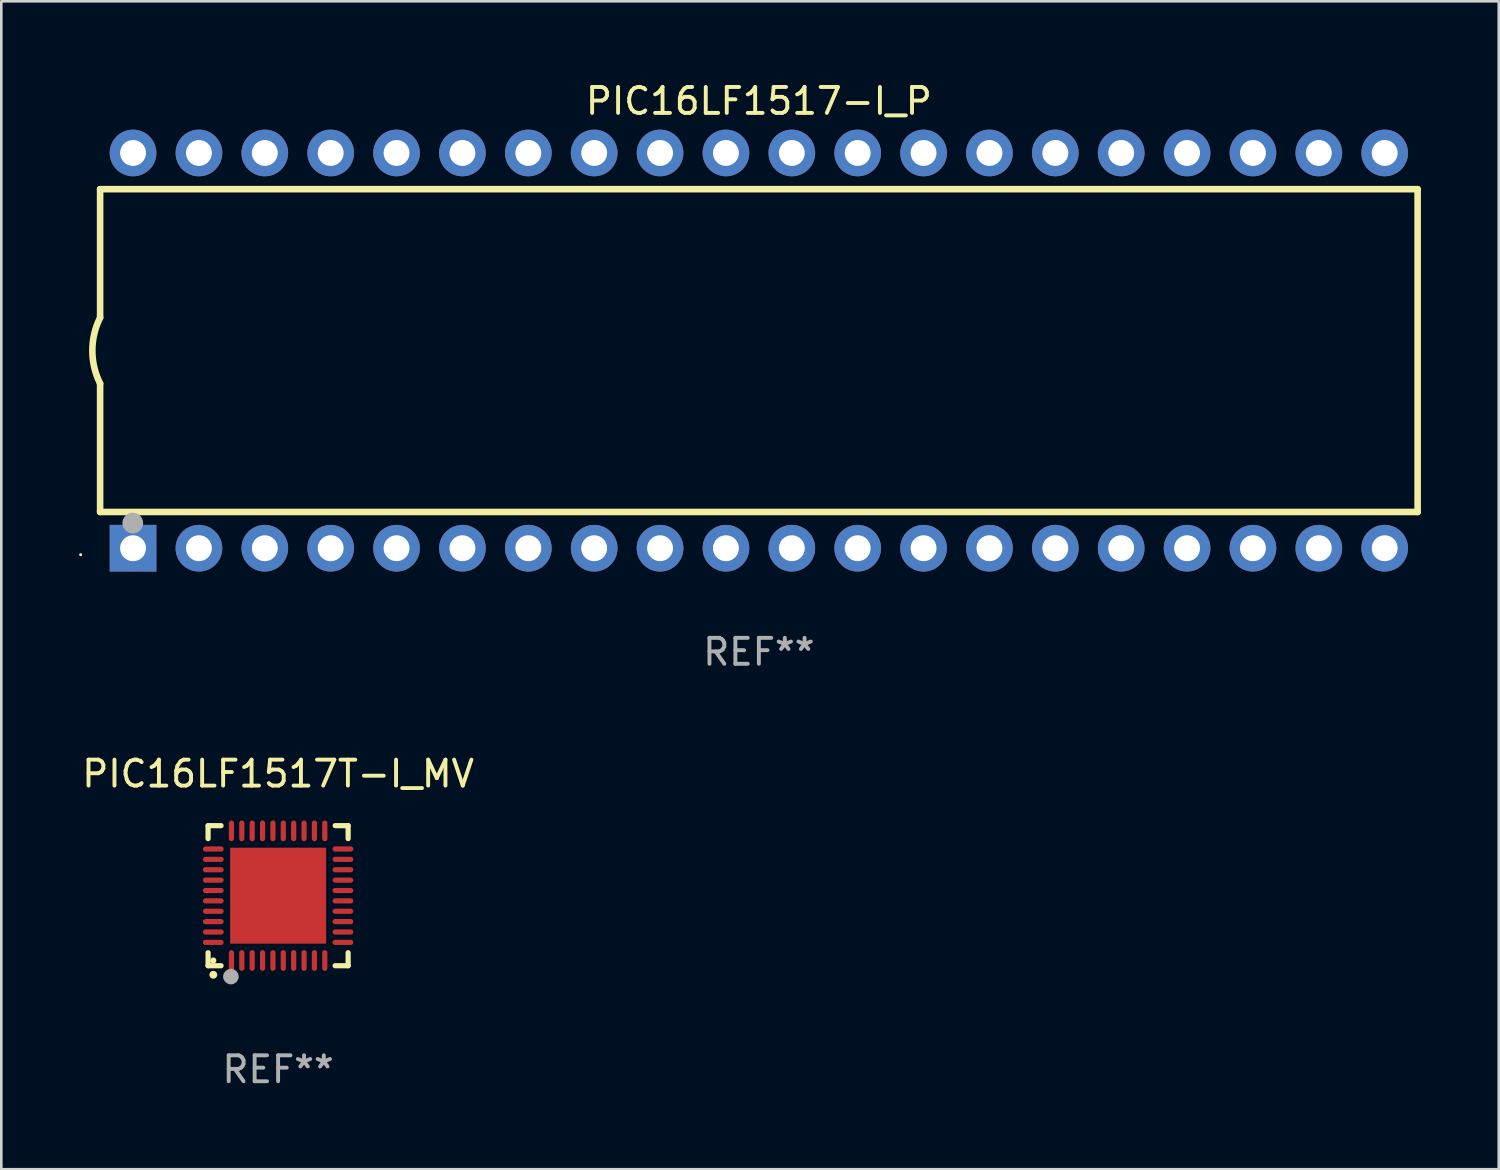
<source format=kicad_pcb>
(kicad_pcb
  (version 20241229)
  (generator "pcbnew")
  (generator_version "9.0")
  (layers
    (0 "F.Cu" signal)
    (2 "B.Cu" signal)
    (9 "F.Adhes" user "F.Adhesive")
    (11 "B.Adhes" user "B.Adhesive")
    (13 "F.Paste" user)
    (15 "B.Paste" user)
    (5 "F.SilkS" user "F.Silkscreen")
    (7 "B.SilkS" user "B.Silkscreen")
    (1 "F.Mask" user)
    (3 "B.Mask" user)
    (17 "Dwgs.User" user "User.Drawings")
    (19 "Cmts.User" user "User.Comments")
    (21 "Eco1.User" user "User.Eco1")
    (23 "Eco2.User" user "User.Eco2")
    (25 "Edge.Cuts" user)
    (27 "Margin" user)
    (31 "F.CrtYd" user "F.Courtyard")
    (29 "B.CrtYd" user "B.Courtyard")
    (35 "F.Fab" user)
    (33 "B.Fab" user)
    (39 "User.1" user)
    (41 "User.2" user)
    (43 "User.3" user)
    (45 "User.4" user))
  (footprint "PIC16LF1517T-I_MV"
    (layer "F.Cu")
    (at 7.673 31.485)
    (property "Reference" "PIC16LF1517T-I_MV" (at 0 -4.7 0) (layer "F.SilkS") (effects (font (size 1 1) (thickness 0.15))))
    (attr through_hole)
    (fp_line (start -2.7 -2.7) (end -2.7 -2.2) (stroke (width 0.2) (type solid)) (layer "F.SilkS"))
    (fp_line (start -2.7 2.7) (end -2.7 2.2) (stroke (width 0.2) (type solid)) (layer "F.SilkS"))
    (fp_line (start -2.2 -2.7) (end -2.7 -2.7) (stroke (width 0.2) (type solid)) (layer "F.SilkS"))
    (fp_line (start -2.2 2.7) (end -2.7 2.7) (stroke (width 0.2) (type solid)) (layer "F.SilkS"))
    (fp_line (start 2.7 -2.7) (end 2.2 -2.7) (stroke (width 0.2) (type solid)) (layer "F.SilkS"))
    (fp_line (start 2.7 -2.2) (end 2.7 -2.7) (stroke (width 0.2) (type solid)) (layer "F.SilkS"))
    (fp_line (start 2.7 2.2) (end 2.7 2.7) (stroke (width 0.2) (type solid)) (layer "F.SilkS"))
    (fp_line (start 2.7 2.7) (end 2.2 2.7) (stroke (width 0.2) (type solid)) (layer "F.SilkS"))
    (fp_arc (start -2.499365 3.050546) (mid -2.498095 3.050541) (end -2.496825 3.050546) (stroke (width 0.3) (type solid)) (layer "F.SilkS"))
    (fp_circle (center -2.5 2.5) (end -2.44 2.5) (stroke (width 0.12) (type solid)) (fill no) (layer "F.SilkS"))
    (fp_circle (center -1.82 3.12) (end -1.67 3.12) (stroke (width 0.3) (type solid)) (fill no) (layer "F.Fab"))
    (fp_text user "REF**" (at 0 6.7 0) (layer "F.Fab") (effects (font (size 1 1) (thickness 0.15))))
    (pad "1" smd oval (at -1.8 2.499) (size 0.2 0.8) (layers "F.Cu" "F.Mask" "F.Paste"))
    (pad "2" smd oval (at -1.4 2.499) (size 0.2 0.8) (layers "F.Cu" "F.Mask" "F.Paste"))
    (pad "3" smd oval (at -1 2.499) (size 0.2 0.8) (layers "F.Cu" "F.Mask" "F.Paste"))
    (pad "4" smd oval (at -0.6 2.499) (size 0.2 0.8) (layers "F.Cu" "F.Mask" "F.Paste"))
    (pad "5" smd oval (at -0.2 2.499) (size 0.2 0.8) (layers "F.Cu" "F.Mask" "F.Paste"))
    (pad "6" smd oval (at 0.2 2.499) (size 0.2 0.8) (layers "F.Cu" "F.Mask" "F.Paste"))
    (pad "7" smd oval (at 0.6 2.499) (size 0.2 0.8) (layers "F.Cu" "F.Mask" "F.Paste"))
    (pad "8" smd oval (at 1 2.499) (size 0.2 0.8) (layers "F.Cu" "F.Mask" "F.Paste"))
    (pad "9" smd oval (at 1.4 2.499) (size 0.2 0.8) (layers "F.Cu" "F.Mask" "F.Paste"))
    (pad "10" smd oval (at 1.8 2.499) (size 0.2 0.8) (layers "F.Cu" "F.Mask" "F.Paste"))
    (pad "11" smd oval (at 2.499 1.8) (size 0.8 0.2) (layers "F.Cu" "F.Mask" "F.Paste"))
    (pad "12" smd oval (at 2.499 1.4) (size 0.8 0.2) (layers "F.Cu" "F.Mask" "F.Paste"))
    (pad "13" smd oval (at 2.499 1) (size 0.8 0.2) (layers "F.Cu" "F.Mask" "F.Paste"))
    (pad "14" smd oval (at 2.499 0.6) (size 0.8 0.2) (layers "F.Cu" "F.Mask" "F.Paste"))
    (pad "15" smd oval (at 2.499 0.2) (size 0.8 0.2) (layers "F.Cu" "F.Mask" "F.Paste"))
    (pad "16" smd oval (at 2.499 -0.2) (size 0.8 0.2) (layers "F.Cu" "F.Mask" "F.Paste"))
    (pad "17" smd oval (at 2.499 -0.6) (size 0.8 0.2) (layers "F.Cu" "F.Mask" "F.Paste"))
    (pad "18" smd oval (at 2.499 -1) (size 0.8 0.2) (layers "F.Cu" "F.Mask" "F.Paste"))
    (pad "19" smd oval (at 2.499 -1.4) (size 0.8 0.2) (layers "F.Cu" "F.Mask" "F.Paste"))
    (pad "20" smd oval (at 2.499 -1.8) (size 0.8 0.2) (layers "F.Cu" "F.Mask" "F.Paste"))
    (pad "21" smd oval (at 1.8 -2.499) (size 0.2 0.8) (layers "F.Cu" "F.Mask" "F.Paste"))
    (pad "22" smd oval (at 1.4 -2.499) (size 0.2 0.8) (layers "F.Cu" "F.Mask" "F.Paste"))
    (pad "23" smd oval (at 1 -2.499) (size 0.2 0.8) (layers "F.Cu" "F.Mask" "F.Paste"))
    (pad "24" smd oval (at 0.6 -2.499) (size 0.2 0.8) (layers "F.Cu" "F.Mask" "F.Paste"))
    (pad "25" smd oval (at 0.2 -2.499) (size 0.2 0.8) (layers "F.Cu" "F.Mask" "F.Paste"))
    (pad "26" smd oval (at -0.2 -2.499) (size 0.2 0.8) (layers "F.Cu" "F.Mask" "F.Paste"))
    (pad "27" smd oval (at -0.6 -2.499) (size 0.2 0.8) (layers "F.Cu" "F.Mask" "F.Paste"))
    (pad "28" smd oval (at -1 -2.499) (size 0.2 0.8) (layers "F.Cu" "F.Mask" "F.Paste"))
    (pad "29" smd oval (at -1.4 -2.499) (size 0.2 0.8) (layers "F.Cu" "F.Mask" "F.Paste"))
    (pad "30" smd oval (at -1.8 -2.499) (size 0.2 0.8) (layers "F.Cu" "F.Mask" "F.Paste"))
    (pad "31" smd oval (at -2.499 -1.8) (size 0.8 0.2) (layers "F.Cu" "F.Mask" "F.Paste"))
    (pad "32" smd oval (at -2.499 -1.4) (size 0.8 0.2) (layers "F.Cu" "F.Mask" "F.Paste"))
    (pad "33" smd oval (at -2.499 -1) (size 0.8 0.2) (layers "F.Cu" "F.Mask" "F.Paste"))
    (pad "34" smd oval (at -2.499 -0.6) (size 0.8 0.2) (layers "F.Cu" "F.Mask" "F.Paste"))
    (pad "35" smd oval (at -2.499 -0.2) (size 0.8 0.2) (layers "F.Cu" "F.Mask" "F.Paste"))
    (pad "36" smd oval (at -2.499 0.2) (size 0.8 0.2) (layers "F.Cu" "F.Mask" "F.Paste"))
    (pad "37" smd oval (at -2.499 0.6) (size 0.8 0.2) (layers "F.Cu" "F.Mask" "F.Paste"))
    (pad "38" smd oval (at -2.499 1) (size 0.8 0.2) (layers "F.Cu" "F.Mask" "F.Paste"))
    (pad "39" smd oval (at -2.499 1.4) (size 0.8 0.2) (layers "F.Cu" "F.Mask" "F.Paste"))
    (pad "40" smd oval (at -2.499 1.8) (size 0.8 0.2) (layers "F.Cu" "F.Mask" "F.Paste"))
    (pad "41" smd rect (at 0 0) (size 3.7 3.7) (layers "F.Cu" "F.Mask" "F.Paste")))
  (footprint "PIC16LF1517-I_P"
    (layer "F.Cu")
    (at 26.21 10.468)
    (property "Reference" "PIC16LF1517-I_P" (at 0 -9.62 0) (layer "F.SilkS") (effects (font (size 1 1) (thickness 0.15))))
    (attr through_hole)
    (fp_line (start -25.4 -6.224) (end -25.4 -1.271) (stroke (width 0.254) (type solid)) (layer "F.SilkS"))
    (fp_line (start -25.4 -6.224) (end 25.4 -6.224) (stroke (width 0.254) (type solid)) (layer "F.SilkS"))
    (fp_line (start -25.4 1.269) (end -25.4 6.222) (stroke (width 0.254) (type solid)) (layer "F.SilkS"))
    (fp_line (start -25.4 6.222) (end 25.4 6.222) (stroke (width 0.254) (type solid)) (layer "F.SilkS"))
    (fp_line (start 25.4 6.222) (end 25.4 -6.224) (stroke (width 0.254) (type solid)) (layer "F.SilkS"))
    (fp_arc (start -25.4 1.269241) (mid -25.699807 -0.000762) (end -25.4 -1.270765) (stroke (width 0.254001) (type solid)) (layer "F.SilkS"))
    (fp_circle (center -26.15 7.87) (end -26.12 7.87) (stroke (width 0.06) (type solid)) (fill no) (layer "F.SilkS"))
    (fp_circle (center -24.14 6.65) (end -23.94 6.65) (stroke (width 0.4) (type solid)) (fill no) (layer "F.Fab"))
    (fp_text user "REF**" (at 0 11.62 0) (layer "F.Fab") (effects (font (size 1 1) (thickness 0.15))))
    (pad "1" thru_hole rect (at -24.13 7.62 90) (size 1.8 1.8) (drill 1) (layers "*.Cu" "*.Mask"))
    (pad "2" thru_hole circle (at -21.59 7.62) (size 1.8 1.8) (drill 1) (layers "*.Cu" "*.Mask"))
    (pad "3" thru_hole circle (at -19.05 7.62) (size 1.8 1.8) (drill 1) (layers "*.Cu" "*.Mask"))
    (pad "4" thru_hole circle (at -16.51 7.62) (size 1.8 1.8) (drill 1) (layers "*.Cu" "*.Mask"))
    (pad "5" thru_hole circle (at -13.97 7.62) (size 1.8 1.8) (drill 1) (layers "*.Cu" "*.Mask"))
    (pad "6" thru_hole circle (at -11.43 7.62) (size 1.8 1.8) (drill 1) (layers "*.Cu" "*.Mask"))
    (pad "7" thru_hole circle (at -8.89 7.62) (size 1.8 1.8) (drill 1) (layers "*.Cu" "*.Mask"))
    (pad "8" thru_hole circle (at -6.35 7.62) (size 1.8 1.8) (drill 1) (layers "*.Cu" "*.Mask"))
    (pad "9" thru_hole circle (at -3.81 7.62) (size 1.8 1.8) (drill 1) (layers "*.Cu" "*.Mask"))
    (pad "10" thru_hole circle (at -1.27 7.62) (size 1.8 1.8) (drill 1) (layers "*.Cu" "*.Mask"))
    (pad "11" thru_hole circle (at 1.27 7.62) (size 1.8 1.8) (drill 1) (layers "*.Cu" "*.Mask"))
    (pad "12" thru_hole circle (at 3.81 7.62) (size 1.8 1.8) (drill 1) (layers "*.Cu" "*.Mask"))
    (pad "13" thru_hole circle (at 6.35 7.62) (size 1.8 1.8) (drill 1) (layers "*.Cu" "*.Mask"))
    (pad "14" thru_hole circle (at 8.89 7.62) (size 1.8 1.8) (drill 1) (layers "*.Cu" "*.Mask"))
    (pad "15" thru_hole circle (at 11.43 7.62) (size 1.8 1.8) (drill 1) (layers "*.Cu" "*.Mask"))
    (pad "16" thru_hole circle (at 13.97 7.62) (size 1.8 1.8) (drill 1) (layers "*.Cu" "*.Mask"))
    (pad "17" thru_hole circle (at 16.51 7.62) (size 1.8 1.8) (drill 1) (layers "*.Cu" "*.Mask"))
    (pad "18" thru_hole circle (at 19.05 7.62) (size 1.8 1.8) (drill 1) (layers "*.Cu" "*.Mask"))
    (pad "19" thru_hole circle (at 21.59 7.62) (size 1.8 1.8) (drill 1) (layers "*.Cu" "*.Mask"))
    (pad "20" thru_hole circle (at 24.13 7.62) (size 1.8 1.8) (drill 1) (layers "*.Cu" "*.Mask"))
    (pad "21" thru_hole circle (at 24.13 -7.62) (size 1.8 1.8) (drill 1) (layers "*.Cu" "*.Mask"))
    (pad "22" thru_hole circle (at 21.59 -7.62) (size 1.8 1.8) (drill 1) (layers "*.Cu" "*.Mask"))
    (pad "23" thru_hole circle (at 19.05 -7.62) (size 1.8 1.8) (drill 1) (layers "*.Cu" "*.Mask"))
    (pad "24" thru_hole circle (at 16.51 -7.62) (size 1.8 1.8) (drill 1) (layers "*.Cu" "*.Mask"))
    (pad "25" thru_hole circle (at 13.97 -7.62) (size 1.8 1.8) (drill 1) (layers "*.Cu" "*.Mask"))
    (pad "26" thru_hole circle (at 11.43 -7.62) (size 1.8 1.8) (drill 1) (layers "*.Cu" "*.Mask"))
    (pad "27" thru_hole circle (at 8.89 -7.62) (size 1.8 1.8) (drill 1) (layers "*.Cu" "*.Mask"))
    (pad "28" thru_hole circle (at 6.35 -7.62) (size 1.8 1.8) (drill 1) (layers "*.Cu" "*.Mask"))
    (pad "29" thru_hole circle (at 3.81 -7.62) (size 1.8 1.8) (drill 1) (layers "*.Cu" "*.Mask"))
    (pad "30" thru_hole circle (at 1.27 -7.62) (size 1.8 1.8) (drill 1) (layers "*.Cu" "*.Mask"))
    (pad "31" thru_hole circle (at -1.27 -7.62) (size 1.8 1.8) (drill 1) (layers "*.Cu" "*.Mask"))
    (pad "32" thru_hole circle (at -3.81 -7.62) (size 1.8 1.8) (drill 1) (layers "*.Cu" "*.Mask"))
    (pad "33" thru_hole circle (at -6.35 -7.62) (size 1.8 1.8) (drill 1) (layers "*.Cu" "*.Mask"))
    (pad "34" thru_hole circle (at -8.89 -7.62) (size 1.8 1.8) (drill 1) (layers "*.Cu" "*.Mask"))
    (pad "35" thru_hole circle (at -11.43 -7.62) (size 1.8 1.8) (drill 1) (layers "*.Cu" "*.Mask"))
    (pad "36" thru_hole circle (at -13.97 -7.62) (size 1.8 1.8) (drill 1) (layers "*.Cu" "*.Mask"))
    (pad "37" thru_hole circle (at -16.51 -7.62) (size 1.8 1.8) (drill 1) (layers "*.Cu" "*.Mask"))
    (pad "38" thru_hole circle (at -19.05 -7.62) (size 1.8 1.8) (drill 1) (layers "*.Cu" "*.Mask"))
    (pad "39" thru_hole circle (at -21.59 -7.62) (size 1.8 1.8) (drill 1) (layers "*.Cu" "*.Mask"))
    (pad "40" thru_hole circle (at -24.13 -7.62) (size 1.8 1.8) (drill 1) (layers "*.Cu" "*.Mask")))
  (gr_rect
    (start -3 -3)
    (end 54.737 42.033)
    (stroke (width 0.1) (type default))
    (fill no)
    (layer "Edge.Cuts")))
</source>
